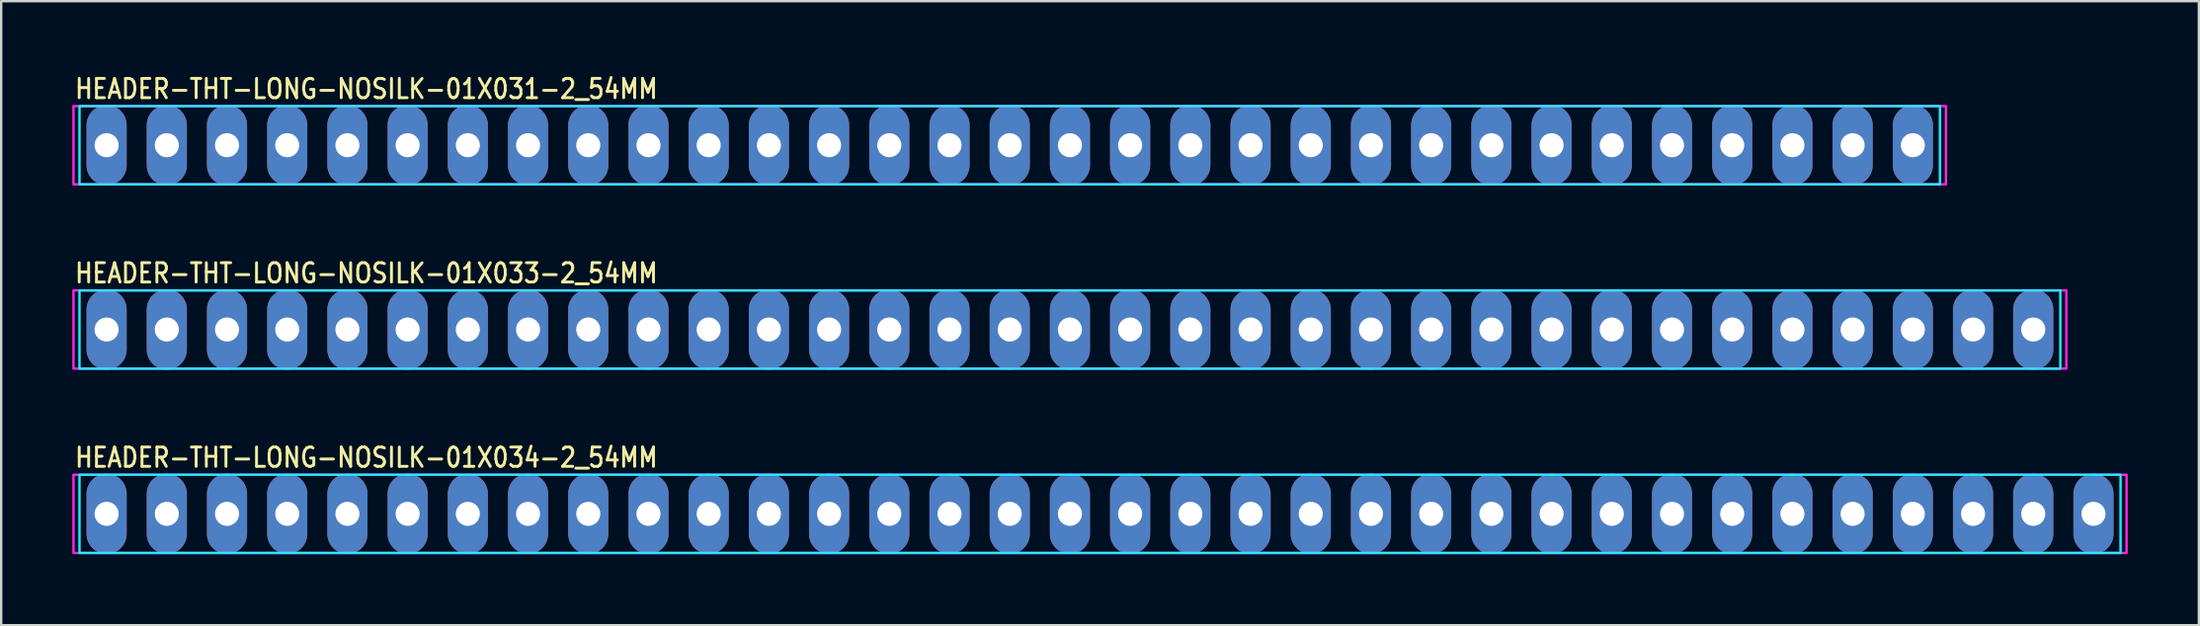
<source format=kicad_pcb>
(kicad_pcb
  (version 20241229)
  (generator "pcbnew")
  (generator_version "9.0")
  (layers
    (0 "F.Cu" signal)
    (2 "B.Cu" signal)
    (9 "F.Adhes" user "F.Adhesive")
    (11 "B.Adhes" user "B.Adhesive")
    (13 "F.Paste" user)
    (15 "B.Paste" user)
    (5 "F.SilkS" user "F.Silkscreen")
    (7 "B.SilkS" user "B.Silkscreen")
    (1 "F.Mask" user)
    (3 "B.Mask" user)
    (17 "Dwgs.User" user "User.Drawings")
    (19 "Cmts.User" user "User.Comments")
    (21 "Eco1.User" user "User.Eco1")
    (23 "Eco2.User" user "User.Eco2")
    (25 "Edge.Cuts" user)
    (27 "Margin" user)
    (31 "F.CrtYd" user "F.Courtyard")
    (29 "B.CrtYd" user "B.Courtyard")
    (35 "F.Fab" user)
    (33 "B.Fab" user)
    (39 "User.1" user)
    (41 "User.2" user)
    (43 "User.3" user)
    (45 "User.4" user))
  (footprint "HEADER-THT-LONG-NOSILK-01X033-2_54MM"
    (layer "F.Cu")
    (at 1.447 10.858)
    (property "Reference" "HEADER-THT-LONG-NOSILK-01X033-2_54MM" (at -1.4 -1.9 0) (unlocked yes) (layer "F.SilkS") (effects (font (size 0.813 0.695) (thickness 0.122)) (justify left bottom)))
    (fp_poly (pts (xy -1.143 -1.651) (xy 82.423 -1.651) (xy 82.423 1.651) (xy -1.143 1.651)) (stroke (width 0.1) (type solid)) (fill no) (layer "B.CrtYd"))
    (fp_poly (pts (xy -1.397 -1.651) (xy 82.677 -1.651) (xy 82.677 1.651) (xy -1.397 1.651)) (stroke (width 0.1) (type solid)) (fill no) (layer "F.CrtYd"))
    (pad "1" thru_hole oval (at 0 0 90) (size 3.387 1.693) (drill 1.016) (layers "*.Cu" "*.Mask"))
    (pad "2" thru_hole oval (at 2.54 0 90) (size 3.387 1.693) (drill 1.016) (layers "*.Cu" "*.Mask"))
    (pad "3" thru_hole oval (at 5.08 0 90) (size 3.387 1.693) (drill 1.016) (layers "*.Cu" "*.Mask"))
    (pad "4" thru_hole oval (at 7.62 0 90) (size 3.387 1.693) (drill 1.016) (layers "*.Cu" "*.Mask"))
    (pad "5" thru_hole oval (at 10.16 0 90) (size 3.387 1.693) (drill 1.016) (layers "*.Cu" "*.Mask"))
    (pad "6" thru_hole oval (at 12.7 0 90) (size 3.387 1.693) (drill 1.016) (layers "*.Cu" "*.Mask"))
    (pad "7" thru_hole oval (at 15.24 0 90) (size 3.387 1.693) (drill 1.016) (layers "*.Cu" "*.Mask"))
    (pad "8" thru_hole oval (at 17.78 0 90) (size 3.387 1.693) (drill 1.016) (layers "*.Cu" "*.Mask"))
    (pad "9" thru_hole oval (at 20.32 0 90) (size 3.387 1.693) (drill 1.016) (layers "*.Cu" "*.Mask"))
    (pad "10" thru_hole oval (at 22.86 0 90) (size 3.387 1.693) (drill 1.016) (layers "*.Cu" "*.Mask"))
    (pad "11" thru_hole oval (at 25.4 0 90) (size 3.387 1.693) (drill 1.016) (layers "*.Cu" "*.Mask"))
    (pad "12" thru_hole oval (at 27.94 0 90) (size 3.387 1.693) (drill 1.016) (layers "*.Cu" "*.Mask"))
    (pad "13" thru_hole oval (at 30.48 0 90) (size 3.387 1.693) (drill 1.016) (layers "*.Cu" "*.Mask"))
    (pad "14" thru_hole oval (at 33.02 0 90) (size 3.387 1.693) (drill 1.016) (layers "*.Cu" "*.Mask"))
    (pad "15" thru_hole oval (at 35.56 0 90) (size 3.387 1.693) (drill 1.016) (layers "*.Cu" "*.Mask"))
    (pad "16" thru_hole oval (at 38.1 0 90) (size 3.387 1.693) (drill 1.016) (layers "*.Cu" "*.Mask"))
    (pad "17" thru_hole oval (at 40.64 0 90) (size 3.387 1.693) (drill 1.016) (layers "*.Cu" "*.Mask"))
    (pad "18" thru_hole oval (at 43.18 0 90) (size 3.387 1.693) (drill 1.016) (layers "*.Cu" "*.Mask"))
    (pad "19" thru_hole oval (at 45.72 0 90) (size 3.387 1.693) (drill 1.016) (layers "*.Cu" "*.Mask"))
    (pad "20" thru_hole oval (at 48.26 0 90) (size 3.387 1.693) (drill 1.016) (layers "*.Cu" "*.Mask"))
    (pad "21" thru_hole oval (at 50.8 0 90) (size 3.387 1.693) (drill 1.016) (layers "*.Cu" "*.Mask"))
    (pad "22" thru_hole oval (at 53.34 0 90) (size 3.387 1.693) (drill 1.016) (layers "*.Cu" "*.Mask"))
    (pad "23" thru_hole oval (at 55.88 0 90) (size 3.387 1.693) (drill 1.016) (layers "*.Cu" "*.Mask"))
    (pad "24" thru_hole oval (at 58.42 0 90) (size 3.387 1.693) (drill 1.016) (layers "*.Cu" "*.Mask"))
    (pad "25" thru_hole oval (at 60.96 0 90) (size 3.387 1.693) (drill 1.016) (layers "*.Cu" "*.Mask"))
    (pad "26" thru_hole oval (at 63.5 0 90) (size 3.387 1.693) (drill 1.016) (layers "*.Cu" "*.Mask"))
    (pad "27" thru_hole oval (at 66.04 0 90) (size 3.387 1.693) (drill 1.016) (layers "*.Cu" "*.Mask"))
    (pad "28" thru_hole oval (at 68.58 0 90) (size 3.387 1.693) (drill 1.016) (layers "*.Cu" "*.Mask"))
    (pad "29" thru_hole oval (at 71.12 0 90) (size 3.387 1.693) (drill 1.016) (layers "*.Cu" "*.Mask"))
    (pad "30" thru_hole oval (at 73.66 0 90) (size 3.387 1.693) (drill 1.016) (layers "*.Cu" "*.Mask"))
    (pad "31" thru_hole oval (at 76.2 0 90) (size 3.387 1.693) (drill 1.016) (layers "*.Cu" "*.Mask"))
    (pad "32" thru_hole oval (at 78.74 0 90) (size 3.387 1.693) (drill 1.016) (layers "*.Cu" "*.Mask"))
    (pad "33" thru_hole oval (at 81.28 0 90) (size 3.387 1.693) (drill 1.016) (layers "*.Cu" "*.Mask")))
  (footprint "HEADER-THT-LONG-NOSILK-01X031-2_54MM"
    (layer "F.Cu")
    (at 1.447 3.079)
    (property "Reference" "HEADER-THT-LONG-NOSILK-01X031-2_54MM" (at -1.4 -1.9 0) (unlocked yes) (layer "F.SilkS") (effects (font (size 0.813 0.695) (thickness 0.122)) (justify left bottom)))
    (fp_poly (pts (xy -1.143 -1.651) (xy 77.343 -1.651) (xy 77.343 1.651) (xy -1.143 1.651)) (stroke (width 0.1) (type solid)) (fill no) (layer "B.CrtYd"))
    (fp_poly (pts (xy -1.397 -1.651) (xy 77.597 -1.651) (xy 77.597 1.651) (xy -1.397 1.651)) (stroke (width 0.1) (type solid)) (fill no) (layer "F.CrtYd"))
    (pad "1" thru_hole oval (at 0 0 90) (size 3.387 1.693) (drill 1.016) (layers "*.Cu" "*.Mask"))
    (pad "2" thru_hole oval (at 2.54 0 90) (size 3.387 1.693) (drill 1.016) (layers "*.Cu" "*.Mask"))
    (pad "3" thru_hole oval (at 5.08 0 90) (size 3.387 1.693) (drill 1.016) (layers "*.Cu" "*.Mask"))
    (pad "4" thru_hole oval (at 7.62 0 90) (size 3.387 1.693) (drill 1.016) (layers "*.Cu" "*.Mask"))
    (pad "5" thru_hole oval (at 10.16 0 90) (size 3.387 1.693) (drill 1.016) (layers "*.Cu" "*.Mask"))
    (pad "6" thru_hole oval (at 12.7 0 90) (size 3.387 1.693) (drill 1.016) (layers "*.Cu" "*.Mask"))
    (pad "7" thru_hole oval (at 15.24 0 90) (size 3.387 1.693) (drill 1.016) (layers "*.Cu" "*.Mask"))
    (pad "8" thru_hole oval (at 17.78 0 90) (size 3.387 1.693) (drill 1.016) (layers "*.Cu" "*.Mask"))
    (pad "9" thru_hole oval (at 20.32 0 90) (size 3.387 1.693) (drill 1.016) (layers "*.Cu" "*.Mask"))
    (pad "10" thru_hole oval (at 22.86 0 90) (size 3.387 1.693) (drill 1.016) (layers "*.Cu" "*.Mask"))
    (pad "11" thru_hole oval (at 25.4 0 90) (size 3.387 1.693) (drill 1.016) (layers "*.Cu" "*.Mask"))
    (pad "12" thru_hole oval (at 27.94 0 90) (size 3.387 1.693) (drill 1.016) (layers "*.Cu" "*.Mask"))
    (pad "13" thru_hole oval (at 30.48 0 90) (size 3.387 1.693) (drill 1.016) (layers "*.Cu" "*.Mask"))
    (pad "14" thru_hole oval (at 33.02 0 90) (size 3.387 1.693) (drill 1.016) (layers "*.Cu" "*.Mask"))
    (pad "15" thru_hole oval (at 35.56 0 90) (size 3.387 1.693) (drill 1.016) (layers "*.Cu" "*.Mask"))
    (pad "16" thru_hole oval (at 38.1 0 90) (size 3.387 1.693) (drill 1.016) (layers "*.Cu" "*.Mask"))
    (pad "17" thru_hole oval (at 40.64 0 90) (size 3.387 1.693) (drill 1.016) (layers "*.Cu" "*.Mask"))
    (pad "18" thru_hole oval (at 43.18 0 90) (size 3.387 1.693) (drill 1.016) (layers "*.Cu" "*.Mask"))
    (pad "19" thru_hole oval (at 45.72 0 90) (size 3.387 1.693) (drill 1.016) (layers "*.Cu" "*.Mask"))
    (pad "20" thru_hole oval (at 48.26 0 90) (size 3.387 1.693) (drill 1.016) (layers "*.Cu" "*.Mask"))
    (pad "21" thru_hole oval (at 50.8 0 90) (size 3.387 1.693) (drill 1.016) (layers "*.Cu" "*.Mask"))
    (pad "22" thru_hole oval (at 53.34 0 90) (size 3.387 1.693) (drill 1.016) (layers "*.Cu" "*.Mask"))
    (pad "23" thru_hole oval (at 55.88 0 90) (size 3.387 1.693) (drill 1.016) (layers "*.Cu" "*.Mask"))
    (pad "24" thru_hole oval (at 58.42 0 90) (size 3.387 1.693) (drill 1.016) (layers "*.Cu" "*.Mask"))
    (pad "25" thru_hole oval (at 60.96 0 90) (size 3.387 1.693) (drill 1.016) (layers "*.Cu" "*.Mask"))
    (pad "26" thru_hole oval (at 63.5 0 90) (size 3.387 1.693) (drill 1.016) (layers "*.Cu" "*.Mask"))
    (pad "27" thru_hole oval (at 66.04 0 90) (size 3.387 1.693) (drill 1.016) (layers "*.Cu" "*.Mask"))
    (pad "28" thru_hole oval (at 68.58 0 90) (size 3.387 1.693) (drill 1.016) (layers "*.Cu" "*.Mask"))
    (pad "29" thru_hole oval (at 71.12 0 90) (size 3.387 1.693) (drill 1.016) (layers "*.Cu" "*.Mask"))
    (pad "30" thru_hole oval (at 73.66 0 90) (size 3.387 1.693) (drill 1.016) (layers "*.Cu" "*.Mask"))
    (pad "31" thru_hole oval (at 76.2 0 90) (size 3.387 1.693) (drill 1.016) (layers "*.Cu" "*.Mask")))
  (footprint "HEADER-THT-LONG-NOSILK-01X034-2_54MM"
    (layer "F.Cu")
    (at 1.447 18.638)
    (property "Reference" "HEADER-THT-LONG-NOSILK-01X034-2_54MM" (at -1.4 -1.9 0) (unlocked yes) (layer "F.SilkS") (effects (font (size 0.813 0.695) (thickness 0.122)) (justify left bottom)))
    (fp_poly (pts (xy -1.143 -1.651) (xy 84.963 -1.651) (xy 84.963 1.651) (xy -1.143 1.651)) (stroke (width 0.1) (type solid)) (fill no) (layer "B.CrtYd"))
    (fp_poly (pts (xy -1.397 -1.651) (xy 85.217 -1.651) (xy 85.217 1.651) (xy -1.397 1.651)) (stroke (width 0.1) (type solid)) (fill no) (layer "F.CrtYd"))
    (pad "1" thru_hole oval (at 0 0 90) (size 3.387 1.693) (drill 1.016) (layers "*.Cu" "*.Mask"))
    (pad "2" thru_hole oval (at 2.54 0 90) (size 3.387 1.693) (drill 1.016) (layers "*.Cu" "*.Mask"))
    (pad "3" thru_hole oval (at 5.08 0 90) (size 3.387 1.693) (drill 1.016) (layers "*.Cu" "*.Mask"))
    (pad "4" thru_hole oval (at 7.62 0 90) (size 3.387 1.693) (drill 1.016) (layers "*.Cu" "*.Mask"))
    (pad "5" thru_hole oval (at 10.16 0 90) (size 3.387 1.693) (drill 1.016) (layers "*.Cu" "*.Mask"))
    (pad "6" thru_hole oval (at 12.7 0 90) (size 3.387 1.693) (drill 1.016) (layers "*.Cu" "*.Mask"))
    (pad "7" thru_hole oval (at 15.24 0 90) (size 3.387 1.693) (drill 1.016) (layers "*.Cu" "*.Mask"))
    (pad "8" thru_hole oval (at 17.78 0 90) (size 3.387 1.693) (drill 1.016) (layers "*.Cu" "*.Mask"))
    (pad "9" thru_hole oval (at 20.32 0 90) (size 3.387 1.693) (drill 1.016) (layers "*.Cu" "*.Mask"))
    (pad "10" thru_hole oval (at 22.86 0 90) (size 3.387 1.693) (drill 1.016) (layers "*.Cu" "*.Mask"))
    (pad "11" thru_hole oval (at 25.4 0 90) (size 3.387 1.693) (drill 1.016) (layers "*.Cu" "*.Mask"))
    (pad "12" thru_hole oval (at 27.94 0 90) (size 3.387 1.693) (drill 1.016) (layers "*.Cu" "*.Mask"))
    (pad "13" thru_hole oval (at 30.48 0 90) (size 3.387 1.693) (drill 1.016) (layers "*.Cu" "*.Mask"))
    (pad "14" thru_hole oval (at 33.02 0 90) (size 3.387 1.693) (drill 1.016) (layers "*.Cu" "*.Mask"))
    (pad "15" thru_hole oval (at 35.56 0 90) (size 3.387 1.693) (drill 1.016) (layers "*.Cu" "*.Mask"))
    (pad "16" thru_hole oval (at 38.1 0 90) (size 3.387 1.693) (drill 1.016) (layers "*.Cu" "*.Mask"))
    (pad "17" thru_hole oval (at 40.64 0 90) (size 3.387 1.693) (drill 1.016) (layers "*.Cu" "*.Mask"))
    (pad "18" thru_hole oval (at 43.18 0 90) (size 3.387 1.693) (drill 1.016) (layers "*.Cu" "*.Mask"))
    (pad "19" thru_hole oval (at 45.72 0 90) (size 3.387 1.693) (drill 1.016) (layers "*.Cu" "*.Mask"))
    (pad "20" thru_hole oval (at 48.26 0 90) (size 3.387 1.693) (drill 1.016) (layers "*.Cu" "*.Mask"))
    (pad "21" thru_hole oval (at 50.8 0 90) (size 3.387 1.693) (drill 1.016) (layers "*.Cu" "*.Mask"))
    (pad "22" thru_hole oval (at 53.34 0 90) (size 3.387 1.693) (drill 1.016) (layers "*.Cu" "*.Mask"))
    (pad "23" thru_hole oval (at 55.88 0 90) (size 3.387 1.693) (drill 1.016) (layers "*.Cu" "*.Mask"))
    (pad "24" thru_hole oval (at 58.42 0 90) (size 3.387 1.693) (drill 1.016) (layers "*.Cu" "*.Mask"))
    (pad "25" thru_hole oval (at 60.96 0 90) (size 3.387 1.693) (drill 1.016) (layers "*.Cu" "*.Mask"))
    (pad "26" thru_hole oval (at 63.5 0 90) (size 3.387 1.693) (drill 1.016) (layers "*.Cu" "*.Mask"))
    (pad "27" thru_hole oval (at 66.04 0 90) (size 3.387 1.693) (drill 1.016) (layers "*.Cu" "*.Mask"))
    (pad "28" thru_hole oval (at 68.58 0 90) (size 3.387 1.693) (drill 1.016) (layers "*.Cu" "*.Mask"))
    (pad "29" thru_hole oval (at 71.12 0 90) (size 3.387 1.693) (drill 1.016) (layers "*.Cu" "*.Mask"))
    (pad "30" thru_hole oval (at 73.66 0 90) (size 3.387 1.693) (drill 1.016) (layers "*.Cu" "*.Mask"))
    (pad "31" thru_hole oval (at 76.2 0 90) (size 3.387 1.693) (drill 1.016) (layers "*.Cu" "*.Mask"))
    (pad "32" thru_hole oval (at 78.74 0 90) (size 3.387 1.693) (drill 1.016) (layers "*.Cu" "*.Mask"))
    (pad "33" thru_hole oval (at 81.28 0 90) (size 3.387 1.693) (drill 1.016) (layers "*.Cu" "*.Mask"))
    (pad "34" thru_hole oval (at 83.82 0 90) (size 3.387 1.693) (drill 1.016) (layers "*.Cu" "*.Mask")))
  (gr_rect
    (start -3 -3)
    (end 89.714 23.339)
    (stroke (width 0.1) (type default))
    (fill no)
    (layer "Edge.Cuts")))
</source>
